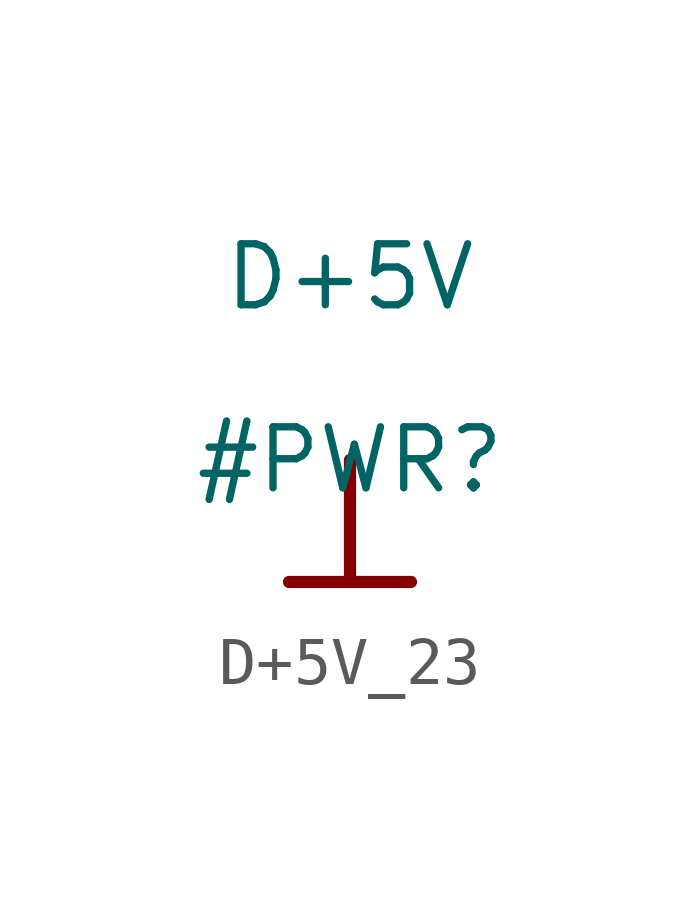
<source format=kicad_sym>
(kicad_symbol_lib
  (version 20241209)
  (generator "kicad_symbol_editor")
  (generator_version "9.0")
  (symbol "D+5V_23"
    (power)
    (property "Reference" "#PWR"
      (at 0 0 0)
      (effects (font (size 1.27 1.27))))
    (property "Value" "D+5V"
      (at 0 3.81 0)
      (effects (font (size 1.27 1.27))))
    (symbol "D+5V_23_0_0"
      (polyline (pts (xy -1.27 -2.54) (xy 1.27 -2.54)) (stroke (width 0.254) (type solid)) (fill (type none)))
      (polyline (pts (xy 0 0) (xy 0 -2.54)) (stroke (width 0.254) (type solid)) (fill (type none))))
    (symbol "D+5V_23_1_0"
      (pin power_out line (at 0 0 0) (length 0) (hide yes) (name "D+5V" (effects (font (size 1.27 1.27)))) (number "" (effects (font (size 1.27 1.27))))))))
</source>
